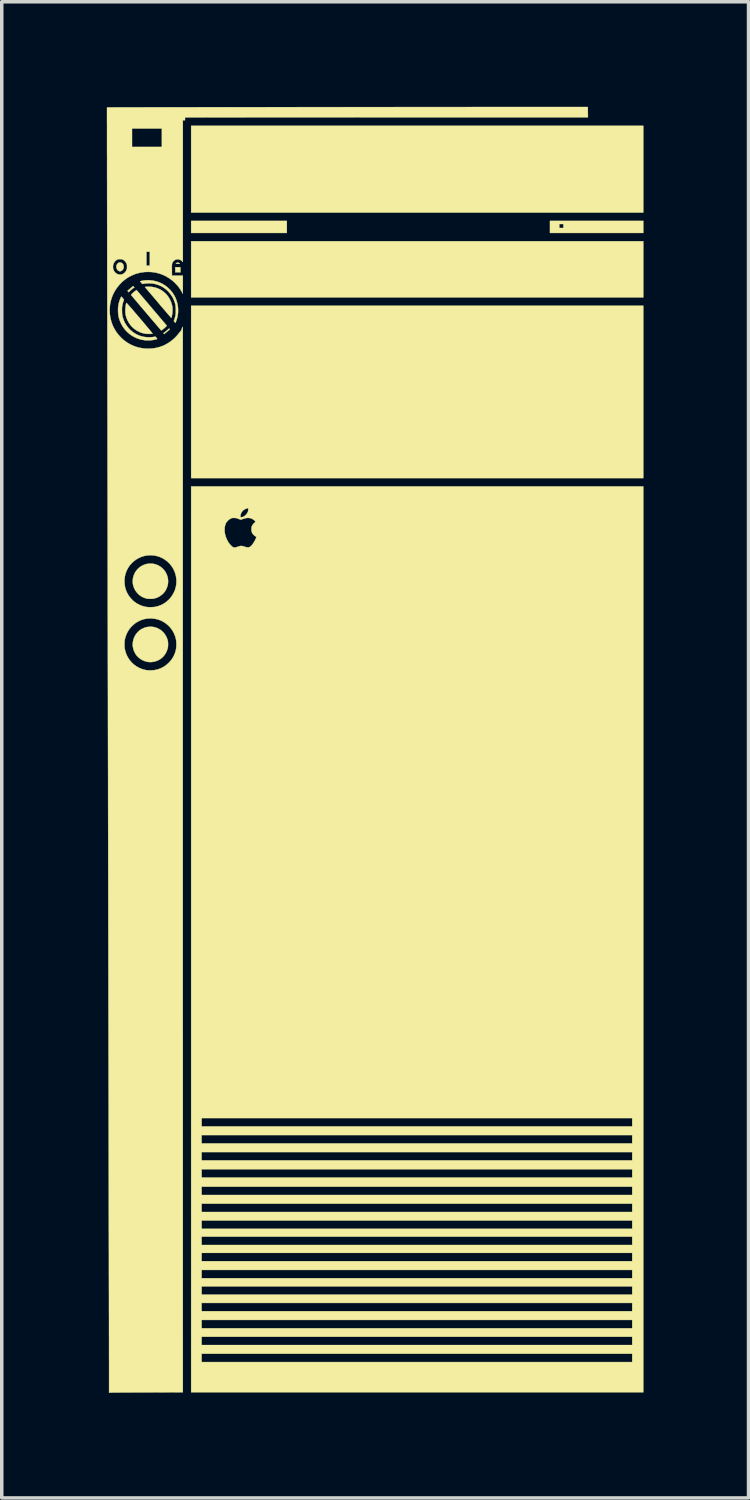
<source format=kicad_pcb>
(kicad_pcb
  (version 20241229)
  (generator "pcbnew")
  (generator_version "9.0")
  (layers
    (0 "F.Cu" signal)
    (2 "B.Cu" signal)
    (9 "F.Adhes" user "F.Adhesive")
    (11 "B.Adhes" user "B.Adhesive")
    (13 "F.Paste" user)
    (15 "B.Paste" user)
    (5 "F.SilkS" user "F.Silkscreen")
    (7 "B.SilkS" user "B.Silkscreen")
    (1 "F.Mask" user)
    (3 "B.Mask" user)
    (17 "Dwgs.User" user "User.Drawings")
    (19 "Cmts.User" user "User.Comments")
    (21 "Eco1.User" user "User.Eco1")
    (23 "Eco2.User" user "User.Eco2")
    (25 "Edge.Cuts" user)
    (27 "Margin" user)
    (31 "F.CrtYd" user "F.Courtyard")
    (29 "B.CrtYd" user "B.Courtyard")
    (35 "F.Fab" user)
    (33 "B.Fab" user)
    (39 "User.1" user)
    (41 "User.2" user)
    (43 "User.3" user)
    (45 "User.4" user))
  (footprint "4500"
    (layer "F.Cu")
    (at 7.656 18.355)
    (property "Reference" "4500" (at 0 0 0) (layer "F.SilkS") (effects (font (size 1.524 1.524) (thickness 0.3))))
    (attr through_hole)
    (fp_poly (pts (xy -2.517 -14.755) (xy -5.249 -14.755) (xy -5.249 -15.099) (xy -2.517 -15.099) (xy -2.517 -14.755)) (stroke (width 0.01) (type solid)) (fill yes) (layer "F.SilkS"))
    (fp_poly (pts (xy 7.66 -15.336) (xy -5.249 -15.336) (xy -5.249 -17.814) (xy 7.66 -17.814) (xy 7.66 -15.336)) (stroke (width 0.01) (type solid)) (fill yes) (layer "F.SilkS"))
    (fp_poly (pts (xy 7.66 -12.914) (xy -5.249 -12.914) (xy -5.249 -14.518) (xy 7.66 -14.518) (xy 7.66 -12.914)) (stroke (width 0.01) (type solid)) (fill yes) (layer "F.SilkS"))
    (fp_poly (pts (xy 7.66 -7.755) (xy -5.249 -7.755) (xy -5.249 -12.677) (xy 7.66 -12.677) (xy 7.66 -7.755)) (stroke (width 0.01) (type solid)) (fill yes) (layer "F.SilkS"))
    (fp_poly (pts (xy -5.629 -13.777) (xy -5.557 -13.775) (xy -5.555 -13.703) (xy -5.554 -13.631) (xy -5.701 -13.631) (xy -5.701 -13.778) (xy -5.629 -13.777)) (stroke (width 0.01) (type solid)) (fill yes) (layer "F.SilkS"))
    (fp_poly (pts (xy 7.66 -14.755) (xy 4.995 -14.755) (xy 4.995 -15.009) (xy 5.261 -15.009) (xy 5.261 -14.896) (xy 5.379 -14.896) (xy 5.379 -15.009) (xy 5.261 -15.009) (xy 4.995 -15.009) (xy 4.995 -15.099) (xy 7.66 -15.099) (xy 7.66 -14.755)) (stroke (width 0.01) (type solid)) (fill yes) (layer "F.SilkS"))
    (fp_poly (pts (xy -5.613 -13.903) (xy -5.59 -13.894) (xy -5.58 -13.885) (xy -5.575 -13.88) (xy -5.575 -13.877) (xy -5.58 -13.875) (xy -5.591 -13.874) (xy -5.611 -13.874) (xy -5.63 -13.874) (xy -5.657 -13.874) (xy -5.674 -13.875) (xy -5.683 -13.876) (xy -5.686 -13.878) (xy -5.684 -13.882) (xy -5.681 -13.885) (xy -5.662 -13.899) (xy -5.638 -13.905) (xy -5.613 -13.903)) (stroke (width 0.01) (type solid)) (fill yes) (layer "F.SilkS"))
    (fp_poly (pts (xy -6.899 -13.232) (xy -6.889 -13.221) (xy -6.885 -13.217) (xy -6.869 -13.198) (xy -6.89 -13.185) (xy -6.912 -13.17) (xy -6.938 -13.149) (xy -6.966 -13.126) (xy -6.992 -13.102) (xy -7.006 -13.088) (xy -7.032 -13.061) (xy -7.049 -13.082) (xy -7.066 -13.102) (xy -6.987 -13.169) (xy -6.962 -13.19) (xy -6.94 -13.209) (xy -6.922 -13.223) (xy -6.91 -13.233) (xy -6.905 -13.236) (xy -6.899 -13.232)) (stroke (width 0.01) (type solid)) (fill yes) (layer "F.SilkS"))
    (fp_poly (pts (xy -7.241 -13.904) (xy -7.215 -13.888) (xy -7.194 -13.863) (xy -7.189 -13.854) (xy -7.179 -13.827) (xy -7.175 -13.795) (xy -7.176 -13.762) (xy -7.182 -13.737) (xy -7.195 -13.713) (xy -7.215 -13.69) (xy -7.238 -13.673) (xy -7.253 -13.666) (xy -7.272 -13.661) (xy -7.289 -13.661) (xy -7.305 -13.665) (xy -7.332 -13.679) (xy -7.355 -13.702) (xy -7.373 -13.731) (xy -7.382 -13.764) (xy -7.384 -13.789) (xy -7.38 -13.825) (xy -7.367 -13.857) (xy -7.349 -13.881) (xy -7.325 -13.901) (xy -7.298 -13.911) (xy -7.269 -13.912) (xy -7.241 -13.904)) (stroke (width 0.01) (type solid)) (fill yes) (layer "F.SilkS"))
    (fp_poly (pts (xy -5.874 -12.023) (xy -5.869 -12.018) (xy -5.868 -12.017) (xy -5.86 -12.008) (xy -5.861 -12.002) (xy -5.865 -11.998) (xy -5.874 -11.989) (xy -5.89 -11.976) (xy -5.909 -11.959) (xy -5.931 -11.941) (xy -5.953 -11.922) (xy -5.975 -11.904) (xy -5.994 -11.889) (xy -6.008 -11.877) (xy -6.016 -11.871) (xy -6.018 -11.87) (xy -6.023 -11.874) (xy -6.031 -11.882) (xy -6.038 -11.89) (xy -6.039 -11.895) (xy -6.01 -11.916) (xy -5.978 -11.941) (xy -5.947 -11.966) (xy -5.921 -11.988) (xy -5.915 -11.994) (xy -5.898 -12.01) (xy -5.887 -12.02) (xy -5.879 -12.023) (xy -5.874 -12.023)) (stroke (width 0.01) (type solid)) (fill yes) (layer "F.SilkS"))
    (fp_poly (pts (xy -6.371 -13.215) (xy -6.288 -13.2) (xy -6.209 -13.175) (xy -6.134 -13.141) (xy -6.065 -13.097) (xy -6.001 -13.046) (xy -5.944 -12.988) (xy -5.894 -12.922) (xy -5.852 -12.85) (xy -5.819 -12.773) (xy -5.795 -12.69) (xy -5.788 -12.652) (xy -5.782 -12.595) (xy -5.781 -12.532) (xy -5.785 -12.47) (xy -5.794 -12.411) (xy -5.799 -12.387) (xy -5.805 -12.364) (xy -5.811 -12.345) (xy -5.815 -12.332) (xy -5.816 -12.329) (xy -5.82 -12.333) (xy -5.83 -12.345) (xy -5.847 -12.364) (xy -5.87 -12.391) (xy -5.899 -12.423) (xy -5.932 -12.462) (xy -5.969 -12.506) (xy -6.01 -12.554) (xy -6.055 -12.606) (xy -6.103 -12.662) (xy -6.153 -12.721) (xy -6.193 -12.769) (xy -6.569 -13.211) (xy -6.551 -13.215) (xy -6.539 -13.217) (xy -6.518 -13.218) (xy -6.492 -13.22) (xy -6.462 -13.22) (xy -6.457 -13.22) (xy -6.371 -13.215)) (stroke (width 0.01) (type solid)) (fill yes) (layer "F.SilkS"))
    (fp_poly (pts (xy -6.318 -5.307) (xy -6.248 -5.288) (xy -6.189 -5.264) (xy -6.126 -5.227) (xy -6.07 -5.182) (xy -6.021 -5.13) (xy -5.98 -5.072) (xy -5.948 -5.009) (xy -5.924 -4.943) (xy -5.91 -4.873) (xy -5.906 -4.802) (xy -5.912 -4.731) (xy -5.922 -4.686) (xy -5.934 -4.649) (xy -5.95 -4.608) (xy -5.968 -4.569) (xy -5.988 -4.534) (xy -5.994 -4.524) (xy -6.039 -4.469) (xy -6.092 -4.42) (xy -6.152 -4.378) (xy -6.217 -4.345) (xy -6.286 -4.322) (xy -6.312 -4.316) (xy -6.349 -4.31) (xy -6.393 -4.308) (xy -6.439 -4.308) (xy -6.482 -4.311) (xy -6.517 -4.316) (xy -6.587 -4.337) (xy -6.654 -4.367) (xy -6.715 -4.407) (xy -6.769 -4.455) (xy -6.816 -4.51) (xy -6.856 -4.571) (xy -6.886 -4.638) (xy -6.907 -4.71) (xy -6.914 -4.754) (xy -6.916 -4.804) (xy -6.914 -4.856) (xy -6.908 -4.904) (xy -6.904 -4.924) (xy -6.881 -4.995) (xy -6.85 -5.061) (xy -6.81 -5.12) (xy -6.764 -5.172) (xy -6.711 -5.216) (xy -6.654 -5.253) (xy -6.592 -5.282) (xy -6.526 -5.302) (xy -6.458 -5.313) (xy -6.389 -5.315) (xy -6.318 -5.307)) (stroke (width 0.01) (type solid)) (fill yes) (layer "F.SilkS"))
    (fp_poly (pts (xy -6.307 -3.502) (xy -6.236 -3.481) (xy -6.198 -3.465) (xy -6.133 -3.429) (xy -6.074 -3.383) (xy -6.023 -3.33) (xy -5.98 -3.27) (xy -5.945 -3.203) (xy -5.92 -3.13) (xy -5.917 -3.118) (xy -5.911 -3.083) (xy -5.908 -3.04) (xy -5.908 -2.995) (xy -5.91 -2.95) (xy -5.915 -2.91) (xy -5.92 -2.889) (xy -5.946 -2.815) (xy -5.98 -2.747) (xy -6.024 -2.685) (xy -6.076 -2.63) (xy -6.136 -2.584) (xy -6.138 -2.583) (xy -6.194 -2.552) (xy -6.256 -2.528) (xy -6.322 -2.511) (xy -6.39 -2.503) (xy -6.455 -2.504) (xy -6.479 -2.506) (xy -6.549 -2.522) (xy -6.617 -2.547) (xy -6.682 -2.582) (xy -6.741 -2.626) (xy -6.793 -2.676) (xy -6.83 -2.724) (xy -6.846 -2.751) (xy -6.863 -2.784) (xy -6.88 -2.821) (xy -6.893 -2.856) (xy -6.9 -2.878) (xy -6.914 -2.949) (xy -6.917 -3.021) (xy -6.909 -3.093) (xy -6.892 -3.163) (xy -6.865 -3.229) (xy -6.829 -3.292) (xy -6.784 -3.349) (xy -6.731 -3.399) (xy -6.722 -3.407) (xy -6.66 -3.448) (xy -6.593 -3.479) (xy -6.524 -3.501) (xy -6.452 -3.511) (xy -6.379 -3.512) (xy -6.307 -3.502)) (stroke (width 0.01) (type solid)) (fill yes) (layer "F.SilkS"))
    (fp_poly (pts (xy -7.091 -12.755) (xy -7.08 -12.743) (xy -7.063 -12.724) (xy -7.04 -12.698) (xy -7.011 -12.666) (xy -6.978 -12.627) (xy -6.94 -12.584) (xy -6.899 -12.536) (xy -6.854 -12.483) (xy -6.806 -12.428) (xy -6.756 -12.369) (xy -6.718 -12.324) (xy -6.666 -12.263) (xy -6.617 -12.205) (xy -6.57 -12.149) (xy -6.527 -12.097) (xy -6.487 -12.05) (xy -6.451 -12.007) (xy -6.42 -11.969) (xy -6.394 -11.937) (xy -6.374 -11.912) (xy -6.359 -11.893) (xy -6.351 -11.882) (xy -6.35 -11.88) (xy -6.358 -11.877) (xy -6.375 -11.875) (xy -6.4 -11.873) (xy -6.429 -11.873) (xy -6.46 -11.873) (xy -6.492 -11.873) (xy -6.521 -11.875) (xy -6.547 -11.877) (xy -6.56 -11.879) (xy -6.644 -11.898) (xy -6.724 -11.927) (xy -6.8 -11.966) (xy -6.869 -12.013) (xy -6.932 -12.069) (xy -6.988 -12.132) (xy -7.035 -12.202) (xy -7.074 -12.277) (xy -7.095 -12.332) (xy -7.11 -12.381) (xy -7.12 -12.425) (xy -7.126 -12.47) (xy -7.128 -12.519) (xy -7.127 -12.57) (xy -7.125 -12.609) (xy -7.121 -12.648) (xy -7.117 -12.683) (xy -7.111 -12.714) (xy -7.105 -12.739) (xy -7.098 -12.755) (xy -7.095 -12.758) (xy -7.091 -12.755)) (stroke (width 0.01) (type solid)) (fill yes) (layer "F.SilkS"))
    (fp_poly (pts (xy -6.76 -13.068) (xy -6.75 -13.056) (xy -6.733 -13.037) (xy -6.71 -13.009) (xy -6.681 -12.976) (xy -6.647 -12.936) (xy -6.609 -12.891) (xy -6.567 -12.841) (xy -6.521 -12.787) (xy -6.473 -12.73) (xy -6.422 -12.67) (xy -6.369 -12.608) (xy -6.328 -12.559) (xy -5.943 -12.106) (xy -5.976 -12.072) (xy -5.991 -12.057) (xy -6.011 -12.039) (xy -6.033 -12.021) (xy -6.055 -12.004) (xy -6.074 -11.989) (xy -6.09 -11.978) (xy -6.1 -11.972) (xy -6.102 -11.972) (xy -6.106 -11.976) (xy -6.117 -11.988) (xy -6.134 -12.008) (xy -6.158 -12.035) (xy -6.187 -12.068) (xy -6.22 -12.108) (xy -6.259 -12.152) (xy -6.301 -12.202) (xy -6.347 -12.256) (xy -6.397 -12.314) (xy -6.448 -12.375) (xy -6.503 -12.438) (xy -6.533 -12.475) (xy -6.589 -12.54) (xy -6.642 -12.603) (xy -6.693 -12.662) (xy -6.74 -12.719) (xy -6.785 -12.772) (xy -6.825 -12.82) (xy -6.862 -12.863) (xy -6.893 -12.9) (xy -6.919 -12.931) (xy -6.94 -12.956) (xy -6.954 -12.973) (xy -6.962 -12.983) (xy -6.963 -12.984) (xy -6.96 -12.991) (xy -6.95 -13.004) (xy -6.935 -13.02) (xy -6.916 -13.039) (xy -6.895 -13.058) (xy -6.873 -13.077) (xy -6.852 -13.093) (xy -6.842 -13.1) (xy -6.808 -13.123) (xy -6.76 -13.068)) (stroke (width 0.01) (type solid)) (fill yes) (layer "F.SilkS"))
    (fp_poly (pts (xy -6.446 -13.404) (xy -6.348 -13.395) (xy -6.254 -13.375) (xy -6.163 -13.345) (xy -6.076 -13.305) (xy -5.994 -13.256) (xy -5.918 -13.198) (xy -5.849 -13.13) (xy -5.786 -13.055) (xy -5.758 -13.013) (xy -5.71 -12.931) (xy -5.673 -12.844) (xy -5.646 -12.754) (xy -5.628 -12.661) (xy -5.621 -12.566) (xy -5.623 -12.472) (xy -5.636 -12.378) (xy -5.659 -12.287) (xy -5.688 -12.21) (xy -5.698 -12.185) (xy -5.721 -12.212) (xy -5.744 -12.239) (xy -5.725 -12.293) (xy -5.712 -12.335) (xy -5.702 -12.373) (xy -5.695 -12.408) (xy -5.69 -12.445) (xy -5.688 -12.487) (xy -5.687 -12.535) (xy -5.687 -12.548) (xy -5.687 -12.599) (xy -5.69 -12.641) (xy -5.694 -12.679) (xy -5.7 -12.714) (xy -5.71 -12.751) (xy -5.722 -12.79) (xy -5.755 -12.873) (xy -5.798 -12.952) (xy -5.851 -13.025) (xy -5.911 -13.093) (xy -5.978 -13.153) (xy -6.051 -13.204) (xy -6.095 -13.23) (xy -6.157 -13.258) (xy -6.223 -13.282) (xy -6.289 -13.301) (xy -6.322 -13.307) (xy -6.364 -13.313) (xy -6.413 -13.316) (xy -6.464 -13.317) (xy -6.515 -13.315) (xy -6.561 -13.311) (xy -6.59 -13.307) (xy -6.641 -13.297) (xy -6.673 -13.333) (xy -6.688 -13.35) (xy -6.699 -13.363) (xy -6.705 -13.371) (xy -6.705 -13.373) (xy -6.7 -13.376) (xy -6.687 -13.38) (xy -6.669 -13.385) (xy -6.668 -13.385) (xy -6.602 -13.397) (xy -6.536 -13.404) (xy -6.465 -13.405) (xy -6.446 -13.404)) (stroke (width 0.01) (type solid)) (fill yes) (layer "F.SilkS"))
    (fp_poly (pts (xy -7.237 -12.933) (xy -7.226 -12.922) (xy -7.212 -12.906) (xy -7.202 -12.894) (xy -7.167 -12.852) (xy -7.188 -12.791) (xy -7.203 -12.74) (xy -7.214 -12.691) (xy -7.221 -12.641) (xy -7.224 -12.587) (xy -7.224 -12.527) (xy -7.223 -12.517) (xy -7.222 -12.476) (xy -7.22 -12.444) (xy -7.217 -12.417) (xy -7.212 -12.391) (xy -7.206 -12.366) (xy -7.206 -12.362) (xy -7.178 -12.273) (xy -7.14 -12.189) (xy -7.092 -12.111) (xy -7.037 -12.039) (xy -6.973 -11.974) (xy -6.902 -11.916) (xy -6.824 -11.867) (xy -6.74 -11.828) (xy -6.724 -11.822) (xy -6.654 -11.8) (xy -6.579 -11.785) (xy -6.5 -11.777) (xy -6.422 -11.776) (xy -6.347 -11.782) (xy -6.346 -11.782) (xy -6.32 -11.786) (xy -6.297 -11.79) (xy -6.282 -11.793) (xy -6.275 -11.794) (xy -6.269 -11.791) (xy -6.259 -11.782) (xy -6.246 -11.769) (xy -6.234 -11.754) (xy -6.224 -11.741) (xy -6.219 -11.731) (xy -6.219 -11.727) (xy -6.228 -11.724) (xy -6.245 -11.719) (xy -6.268 -11.713) (xy -6.294 -11.707) (xy -6.32 -11.702) (xy -6.344 -11.698) (xy -6.353 -11.696) (xy -6.395 -11.691) (xy -6.442 -11.688) (xy -6.489 -11.687) (xy -6.532 -11.688) (xy -6.557 -11.69) (xy -6.656 -11.705) (xy -6.751 -11.731) (xy -6.84 -11.767) (xy -6.925 -11.812) (xy -7.003 -11.865) (xy -7.075 -11.927) (xy -7.14 -11.997) (xy -7.197 -12.074) (xy -7.246 -12.159) (xy -7.285 -12.249) (xy -7.292 -12.267) (xy -7.311 -12.327) (xy -7.324 -12.387) (xy -7.332 -12.451) (xy -7.336 -12.514) (xy -7.336 -12.6) (xy -7.328 -12.681) (xy -7.312 -12.759) (xy -7.288 -12.837) (xy -7.26 -12.905) (xy -7.252 -12.921) (xy -7.245 -12.933) (xy -7.242 -12.937) (xy -7.237 -12.933)) (stroke (width 0.01) (type solid)) (fill yes) (layer "F.SilkS"))
    (fp_poly (pts (xy 7.66 18.344) (xy -5.249 18.344) (xy -5.249 17.244) (xy -4.95 17.244) (xy -4.95 17.481) (xy 7.343 17.481) (xy 7.343 17.244) (xy -4.95 17.244) (xy -5.249 17.244) (xy -5.249 16.758) (xy -4.95 16.758) (xy -4.95 16.995) (xy 7.343 16.995) (xy 7.343 16.758) (xy -4.95 16.758) (xy -5.249 16.758) (xy -5.249 16.279) (xy -4.95 16.279) (xy -4.95 16.516) (xy 7.343 16.516) (xy 7.343 16.279) (xy -4.95 16.279) (xy -5.249 16.279) (xy -5.249 15.793) (xy -4.95 15.793) (xy -4.95 16.03) (xy 7.343 16.03) (xy 7.343 15.793) (xy -4.95 15.793) (xy -5.249 15.793) (xy -5.249 15.319) (xy -4.95 15.319) (xy -4.95 15.556) (xy 7.343 15.556) (xy 7.343 15.319) (xy -4.95 15.319) (xy -5.249 15.319) (xy -5.249 14.851) (xy -4.95 14.851) (xy -4.95 15.088) (xy 7.343 15.088) (xy 7.343 14.851) (xy -4.95 14.851) (xy -5.249 14.851) (xy -5.249 14.365) (xy -4.95 14.365) (xy -4.95 14.602) (xy 7.343 14.602) (xy 7.343 14.365) (xy -4.95 14.365) (xy -5.249 14.365) (xy -5.249 13.902) (xy -4.95 13.902) (xy -4.95 14.139) (xy 7.343 14.139) (xy 7.343 13.902) (xy -4.95 13.902) (xy -5.249 13.902) (xy -5.249 13.439) (xy -4.95 13.439) (xy -4.95 13.676) (xy 7.343 13.676) (xy 7.343 13.439) (xy -4.95 13.439) (xy -5.249 13.439) (xy -5.249 12.96) (xy -4.95 12.96) (xy -4.95 13.197) (xy 7.343 13.197) (xy 7.343 12.96) (xy -4.95 12.96) (xy -5.249 12.96) (xy -5.249 12.474) (xy -4.95 12.474) (xy -4.95 12.711) (xy 7.343 12.711) (xy 7.343 12.474) (xy -4.95 12.474) (xy -5.249 12.474) (xy -5.249 11.978) (xy -4.95 11.978) (xy -4.95 12.215) (xy 7.343 12.215) (xy 7.343 11.978) (xy -4.95 11.978) (xy -5.249 11.978) (xy -5.249 11.486) (xy -4.95 11.486) (xy -4.95 11.724) (xy 7.343 11.724) (xy 7.343 11.486) (xy -4.95 11.486) (xy -5.249 11.486) (xy -5.249 11.001) (xy -4.95 11.001) (xy -4.95 11.238) (xy 7.343 11.238) (xy 7.343 11.001) (xy -4.95 11.001) (xy -5.249 11.001) (xy -5.249 10.516) (xy -4.95 10.516) (xy -4.95 10.753) (xy 7.343 10.753) (xy 7.343 10.516) (xy -4.95 10.516) (xy -5.249 10.516) (xy -5.249 -6.287) (xy -4.295 -6.287) (xy -4.292 -6.219) (xy -4.28 -6.149) (xy -4.26 -6.079) (xy -4.232 -6.009) (xy -4.197 -5.942) (xy -4.175 -5.907) (xy -4.158 -5.884) (xy -4.137 -5.86) (xy -4.114 -5.835) (xy -4.091 -5.813) (xy -4.07 -5.795) (xy -4.054 -5.784) (xy -4.053 -5.784) (xy -4.025 -5.776) (xy -3.993 -5.775) (xy -3.956 -5.783) (xy -3.921 -5.795) (xy -3.877 -5.81) (xy -3.838 -5.818) (xy -3.803 -5.818) (xy -3.767 -5.812) (xy -3.748 -5.805) (xy -3.703 -5.791) (xy -3.667 -5.781) (xy -3.637 -5.777) (xy -3.611 -5.778) (xy -3.588 -5.785) (xy -3.566 -5.796) (xy -3.566 -5.796) (xy -3.539 -5.818) (xy -3.51 -5.849) (xy -3.481 -5.888) (xy -3.452 -5.934) (xy -3.424 -5.984) (xy -3.418 -5.997) (xy -3.404 -6.027) (xy -3.394 -6.049) (xy -3.39 -6.063) (xy -3.389 -6.074) (xy -3.394 -6.081) (xy -3.402 -6.086) (xy -3.408 -6.09) (xy -3.442 -6.112) (xy -3.473 -6.142) (xy -3.499 -6.177) (xy -3.506 -6.19) (xy -3.516 -6.211) (xy -3.522 -6.23) (xy -3.525 -6.251) (xy -3.527 -6.278) (xy -3.527 -6.306) (xy -3.526 -6.334) (xy -3.523 -6.356) (xy -3.523 -6.359) (xy -3.511 -6.392) (xy -3.491 -6.426) (xy -3.466 -6.457) (xy -3.441 -6.481) (xy -3.425 -6.494) (xy -3.416 -6.504) (xy -3.416 -6.514) (xy -3.423 -6.526) (xy -3.438 -6.542) (xy -3.447 -6.551) (xy -3.485 -6.58) (xy -3.53 -6.602) (xy -3.578 -6.616) (xy -3.629 -6.62) (xy -3.669 -6.616) (xy -3.692 -6.612) (xy -3.721 -6.604) (xy -3.752 -6.595) (xy -3.771 -6.589) (xy -3.832 -6.568) (xy -3.865 -6.58) (xy -3.889 -6.589) (xy -3.917 -6.599) (xy -3.931 -6.605) (xy -3.95 -6.611) (xy -3.969 -6.615) (xy -3.992 -6.617) (xy -4.022 -6.618) (xy -4.025 -6.618) (xy -4.052 -6.618) (xy -4.072 -6.617) (xy -4.087 -6.614) (xy -4.101 -6.609) (xy -4.119 -6.601) (xy -4.123 -6.599) (xy -4.16 -6.576) (xy -4.196 -6.546) (xy -4.228 -6.511) (xy -4.253 -6.475) (xy -4.256 -6.469) (xy -4.277 -6.414) (xy -4.291 -6.353) (xy -4.295 -6.287) (xy -5.249 -6.287) (xy -5.249 -6.652) (xy -3.843 -6.652) (xy -3.839 -6.643) (xy -3.829 -6.639) (xy -3.812 -6.639) (xy -3.808 -6.639) (xy -3.785 -6.644) (xy -3.76 -6.652) (xy -3.749 -6.657) (xy -3.719 -6.677) (xy -3.689 -6.704) (xy -3.662 -6.736) (xy -3.641 -6.769) (xy -3.63 -6.79) (xy -3.624 -6.809) (xy -3.621 -6.83) (xy -3.619 -6.851) (xy -3.618 -6.875) (xy -3.62 -6.89) (xy -3.625 -6.897) (xy -3.637 -6.897) (xy -3.657 -6.891) (xy -3.671 -6.887) (xy -3.721 -6.864) (xy -3.763 -6.834) (xy -3.797 -6.797) (xy -3.822 -6.754) (xy -3.838 -6.704) (xy -3.839 -6.696) (xy -3.843 -6.67) (xy -3.843 -6.652) (xy -5.249 -6.652) (xy -5.249 -7.518) (xy 7.66 -7.518) (xy 7.66 18.344)) (stroke (width 0.01) (type solid)) (fill yes) (layer "F.SilkS"))
    (fp_poly (pts (xy 6.079 -18.057) (xy 0.366 -18.057) (xy 0.112 -18.057) (xy -0.14 -18.057) (xy -0.388 -18.057) (xy -0.633 -18.056) (xy -0.875 -18.056) (xy -1.113 -18.056) (xy -1.348 -18.056) (xy -1.578 -18.056) (xy -1.804 -18.056) (xy -2.025 -18.056) (xy -2.241 -18.056) (xy -2.453 -18.056) (xy -2.659 -18.056) (xy -2.859 -18.056) (xy -3.054 -18.056) (xy -3.242 -18.056) (xy -3.425 -18.056) (xy -3.601 -18.056) (xy -3.77 -18.055) (xy -3.932 -18.055) (xy -4.087 -18.055) (xy -4.234 -18.055) (xy -4.374 -18.055) (xy -4.506 -18.055) (xy -4.629 -18.055) (xy -4.744 -18.055) (xy -4.851 -18.054) (xy -4.948 -18.054) (xy -5.037 -18.054) (xy -5.116 -18.054) (xy -5.185 -18.054) (xy -5.245 -18.054) (xy -5.294 -18.054) (xy -5.333 -18.053) (xy -5.362 -18.053) (xy -5.38 -18.053) (xy -5.386 -18.053) (xy -5.424 -18.049) (xy -5.424 -17.972) (xy -5.486 -17.972) (xy -5.486 -13.925) (xy -5.507 -13.948) (xy -5.539 -13.975) (xy -5.577 -13.993) (xy -5.617 -14.002) (xy -5.66 -14.001) (xy -5.68 -13.996) (xy -5.711 -13.982) (xy -5.741 -13.96) (xy -5.767 -13.933) (xy -5.785 -13.903) (xy -5.785 -13.902) (xy -5.789 -13.893) (xy -5.792 -13.883) (xy -5.795 -13.873) (xy -5.796 -13.861) (xy -5.798 -13.844) (xy -5.798 -13.823) (xy -5.799 -13.796) (xy -5.799 -13.761) (xy -5.798 -13.717) (xy -5.798 -13.678) (xy -5.797 -13.535) (xy -5.486 -13.535) (xy -5.486 -13.277) (xy -5.487 -13.019) (xy -5.511 -13.065) (xy -5.567 -13.158) (xy -5.632 -13.244) (xy -5.706 -13.324) (xy -5.786 -13.396) (xy -5.873 -13.46) (xy -5.965 -13.516) (xy -6.063 -13.562) (xy -6.164 -13.598) (xy -6.251 -13.62) (xy -6.357 -13.637) (xy -6.466 -13.643) (xy -6.576 -13.639) (xy -6.685 -13.624) (xy -6.792 -13.599) (xy -6.827 -13.588) (xy -6.854 -13.578) (xy -6.889 -13.564) (xy -6.927 -13.547) (xy -6.966 -13.529) (xy -7.003 -13.51) (xy -7.035 -13.493) (xy -7.047 -13.486) (xy -7.135 -13.427) (xy -7.217 -13.359) (xy -7.292 -13.282) (xy -7.36 -13.199) (xy -7.42 -13.11) (xy -7.471 -13.016) (xy -7.512 -12.918) (xy -7.518 -12.899) (xy -7.542 -12.818) (xy -7.559 -12.741) (xy -7.57 -12.662) (xy -7.575 -12.579) (xy -7.575 -12.547) (xy -7.57 -12.434) (xy -7.554 -12.325) (xy -7.527 -12.22) (xy -7.49 -12.119) (xy -7.45 -12.034) (xy -7.392 -11.938) (xy -7.327 -11.85) (xy -7.254 -11.77) (xy -7.175 -11.697) (xy -7.089 -11.634) (xy -6.998 -11.579) (xy -6.902 -11.534) (xy -6.802 -11.498) (xy -6.698 -11.472) (xy -6.591 -11.455) (xy -6.482 -11.45) (xy -6.37 -11.455) (xy -6.313 -11.462) (xy -6.272 -11.469) (xy -6.227 -11.478) (xy -6.181 -11.49) (xy -6.137 -11.503) (xy -6.1 -11.515) (xy -6.093 -11.518) (xy -6.074 -11.526) (xy -6.058 -11.531) (xy -6.05 -11.534) (xy -6.039 -11.538) (xy -6.034 -11.54) (xy -6.025 -11.545) (xy -6.009 -11.553) (xy -5.989 -11.564) (xy -5.977 -11.57) (xy -5.882 -11.625) (xy -5.793 -11.69) (xy -5.71 -11.764) (xy -5.634 -11.846) (xy -5.599 -11.89) (xy -5.582 -11.913) (xy -5.565 -11.933) (xy -5.551 -11.95) (xy -5.543 -11.957) (xy -5.533 -11.97) (xy -5.528 -11.98) (xy -5.528 -11.983) (xy -5.527 -11.992) (xy -5.521 -12.007) (xy -5.512 -12.027) (xy -5.509 -12.034) (xy -5.487 -12.076) (xy -5.487 3.133) (xy -5.486 18.343) (xy -6.428 18.347) (xy -6.532 18.347) (xy -6.634 18.347) (xy -6.734 18.348) (xy -6.83 18.348) (xy -6.923 18.349) (xy -7.011 18.349) (xy -7.093 18.35) (xy -7.17 18.35) (xy -7.24 18.35) (xy -7.303 18.351) (xy -7.358 18.351) (xy -7.404 18.352) (xy -7.44 18.352) (xy -7.467 18.352) (xy -7.48 18.352) (xy -7.592 18.355) (xy -7.592 17.88) (xy -7.592 17.862) (xy -7.592 17.833) (xy -7.592 17.794) (xy -7.592 17.743) (xy -7.592 17.681) (xy -7.592 17.609) (xy -7.592 17.527) (xy -7.592 17.434) (xy -7.593 17.331) (xy -7.593 17.218) (xy -7.593 17.095) (xy -7.593 16.963) (xy -7.593 16.82) (xy -7.594 16.669) (xy -7.594 16.508) (xy -7.594 16.337) (xy -7.594 16.158) (xy -7.595 15.97) (xy -7.595 15.773) (xy -7.595 15.567) (xy -7.596 15.353) (xy -7.596 15.13) (xy -7.597 14.899) (xy -7.597 14.66) (xy -7.597 14.414) (xy -7.598 14.159) (xy -7.598 13.897) (xy -7.599 13.627) (xy -7.599 13.349) (xy -7.6 13.065) (xy -7.6 12.773) (xy -7.601 12.475) (xy -7.601 12.169) (xy -7.602 11.857) (xy -7.602 11.538) (xy -7.603 11.213) (xy -7.603 10.882) (xy -7.604 10.544) (xy -7.604 10.201) (xy -7.605 9.851) (xy -7.606 9.496) (xy -7.606 9.136) (xy -7.607 8.769) (xy -7.608 8.398) (xy -7.608 8.021) (xy -7.609 7.64) (xy -7.61 7.253) (xy -7.61 6.862) (xy -7.611 6.466) (xy -7.612 6.065) (xy -7.612 5.661) (xy -7.613 5.252) (xy -7.614 4.839) (xy -7.614 4.422) (xy -7.615 4.001) (xy -7.616 3.577) (xy -7.617 3.149) (xy -7.617 2.718) (xy -7.618 2.283) (xy -7.619 1.846) (xy -7.62 1.406) (xy -7.62 0.962) (xy -7.621 0.516) (xy -7.622 0.068) (xy -7.623 -0.383) (xy -7.623 -0.465) (xy -7.624 -0.915) (xy -7.624 -1.362) (xy -7.625 -1.806) (xy -7.626 -2.248) (xy -7.627 -2.686) (xy -7.627 -2.991) (xy -7.153 -2.991) (xy -7.151 -2.939) (xy -7.146 -2.893) (xy -7.144 -2.881) (xy -7.123 -2.793) (xy -7.092 -2.709) (xy -7.052 -2.631) (xy -7.003 -2.558) (xy -6.946 -2.492) (xy -6.883 -2.433) (xy -6.812 -2.382) (xy -6.736 -2.339) (xy -6.655 -2.305) (xy -6.57 -2.281) (xy -6.502 -2.269) (xy -6.468 -2.267) (xy -6.426 -2.266) (xy -6.381 -2.267) (xy -6.336 -2.27) (xy -6.295 -2.274) (xy -6.272 -2.278) (xy -6.184 -2.3) (xy -6.102 -2.332) (xy -6.024 -2.374) (xy -5.951 -2.426) (xy -5.887 -2.484) (xy -5.826 -2.552) (xy -5.775 -2.624) (xy -5.734 -2.701) (xy -5.702 -2.784) (xy -5.68 -2.872) (xy -5.675 -2.909) (xy -5.672 -2.954) (xy -5.67 -3.002) (xy -5.671 -3.051) (xy -5.674 -3.097) (xy -5.679 -3.137) (xy -5.68 -3.145) (xy -5.703 -3.235) (xy -5.737 -3.32) (xy -5.78 -3.4) (xy -5.833 -3.474) (xy -5.887 -3.534) (xy -5.956 -3.595) (xy -6.03 -3.646) (xy -6.109 -3.688) (xy -6.192 -3.718) (xy -6.28 -3.739) (xy -6.371 -3.749) (xy -6.409 -3.75) (xy -6.492 -3.746) (xy -6.568 -3.735) (xy -6.641 -3.715) (xy -6.713 -3.687) (xy -6.752 -3.668) (xy -6.83 -3.622) (xy -6.9 -3.567) (xy -6.963 -3.505) (xy -7.019 -3.436) (xy -7.066 -3.36) (xy -7.103 -3.28) (xy -7.131 -3.195) (xy -7.144 -3.138) (xy -7.149 -3.094) (xy -7.152 -3.044) (xy -7.153 -2.991) (xy -7.627 -2.991) (xy -7.627 -3.121) (xy -7.628 -3.553) (xy -7.629 -3.982) (xy -7.63 -4.407) (xy -7.63 -4.812) (xy -7.153 -4.812) (xy -7.148 -4.721) (xy -7.134 -4.635) (xy -7.109 -4.552) (xy -7.074 -4.473) (xy -7.028 -4.396) (xy -7.025 -4.391) (xy -7.005 -4.364) (xy -6.978 -4.332) (xy -6.948 -4.299) (xy -6.917 -4.267) (xy -6.888 -4.24) (xy -6.867 -4.222) (xy -6.794 -4.173) (xy -6.714 -4.132) (xy -6.63 -4.1) (xy -6.543 -4.079) (xy -6.539 -4.078) (xy -6.508 -4.074) (xy -6.47 -4.071) (xy -6.427 -4.07) (xy -6.382 -4.071) (xy -6.34 -4.072) (xy -6.303 -4.076) (xy -6.284 -4.078) (xy -6.196 -4.099) (xy -6.111 -4.13) (xy -6.032 -4.171) (xy -5.958 -4.222) (xy -5.89 -4.281) (xy -5.843 -4.333) (xy -5.789 -4.406) (xy -5.745 -4.484) (xy -5.71 -4.564) (xy -5.686 -4.648) (xy -5.672 -4.732) (xy -5.668 -4.818) (xy -5.674 -4.903) (xy -5.689 -4.987) (xy -5.715 -5.069) (xy -5.75 -5.149) (xy -5.795 -5.225) (xy -5.849 -5.296) (xy -5.871 -5.32) (xy -5.938 -5.382) (xy -6.009 -5.435) (xy -6.084 -5.478) (xy -6.163 -5.511) (xy -6.245 -5.535) (xy -6.328 -5.549) (xy -6.413 -5.554) (xy -6.497 -5.549) (xy -6.58 -5.534) (xy -6.662 -5.51) (xy -6.741 -5.476) (xy -6.817 -5.433) (xy -6.888 -5.38) (xy -6.935 -5.337) (xy -6.997 -5.268) (xy -7.049 -5.194) (xy -7.09 -5.115) (xy -7.121 -5.032) (xy -7.142 -4.945) (xy -7.152 -4.854) (xy -7.153 -4.812) (xy -7.63 -4.812) (xy -7.63 -4.828) (xy -7.631 -5.245) (xy -7.632 -5.658) (xy -7.632 -6.068) (xy -7.633 -6.472) (xy -7.634 -6.873) (xy -7.634 -7.269) (xy -7.635 -7.66) (xy -7.636 -8.047) (xy -7.636 -8.429) (xy -7.637 -8.805) (xy -7.637 -9.177) (xy -7.638 -9.543) (xy -7.639 -9.903) (xy -7.639 -10.258) (xy -7.64 -10.608) (xy -7.64 -10.951) (xy -7.641 -11.288) (xy -7.641 -11.62) (xy -7.642 -11.945) (xy -7.642 -12.263) (xy -7.643 -12.575) (xy -7.643 -12.881) (xy -7.644 -13.179) (xy -7.644 -13.471) (xy -7.645 -13.756) (xy -7.645 -13.798) (xy -7.481 -13.798) (xy -7.479 -13.751) (xy -7.467 -13.704) (xy -7.446 -13.662) (xy -7.419 -13.627) (xy -7.387 -13.599) (xy -7.349 -13.579) (xy -7.309 -13.568) (xy -7.267 -13.565) (xy -7.224 -13.573) (xy -7.199 -13.583) (xy -7.164 -13.605) (xy -7.132 -13.635) (xy -7.106 -13.673) (xy -7.099 -13.687) (xy -7.091 -13.704) (xy -7.086 -13.718) (xy -7.083 -13.733) (xy -7.081 -13.751) (xy -7.081 -13.776) (xy -7.081 -13.789) (xy -7.081 -13.819) (xy -7.082 -13.84) (xy -7.085 -13.856) (xy -7.089 -13.87) (xy -7.095 -13.885) (xy -7.096 -13.887) (xy -7.118 -13.923) (xy -7.148 -13.957) (xy -7.182 -13.984) (xy -7.192 -13.99) (xy -7.207 -13.998) (xy -7.22 -14.003) (xy -7.235 -14.005) (xy -7.254 -14.006) (xy -7.279 -14.007) (xy -7.306 -14.006) (xy -7.325 -14.005) (xy -7.34 -14.002) (xy -7.353 -13.997) (xy -7.363 -13.992) (xy -7.402 -13.965) (xy -7.434 -13.931) (xy -7.458 -13.89) (xy -7.474 -13.845) (xy -7.481 -13.798) (xy -7.645 -13.798) (xy -7.645 -14.033) (xy -7.645 -14.218) (xy -6.525 -14.218) (xy -6.525 -13.823) (xy -6.429 -13.823) (xy -6.429 -14.218) (xy -6.525 -14.218) (xy -7.645 -14.218) (xy -7.646 -14.303) (xy -7.646 -14.566) (xy -7.646 -14.821) (xy -7.647 -15.068) (xy -7.647 -15.307) (xy -7.647 -15.538) (xy -7.648 -15.762) (xy -7.648 -15.976) (xy -7.648 -16.183) (xy -7.649 -16.381) (xy -7.649 -16.57) (xy -7.649 -16.75) (xy -7.649 -16.922) (xy -7.65 -17.084) (xy -7.65 -17.237) (xy -7.65 -17.381) (xy -7.65 -17.515) (xy -7.65 -17.64) (xy -7.65 -17.735) (xy -6.937 -17.735) (xy -6.937 -17.21) (xy -6.085 -17.21) (xy -6.085 -17.735) (xy -6.937 -17.735) (xy -7.65 -17.735) (xy -7.65 -17.755) (xy -7.65 -17.86) (xy -7.651 -17.955) (xy -7.651 -18.04) (xy -7.651 -18.114) (xy -7.651 -18.178) (xy -7.651 -18.232) (xy -7.651 -18.275) (xy -7.651 -18.307) (xy -7.651 -18.328) (xy -7.651 -18.338) (xy -7.651 -18.338) (xy -7.645 -18.339) (xy -7.628 -18.339) (xy -7.6 -18.339) (xy -7.562 -18.339) (xy -7.514 -18.339) (xy -7.455 -18.34) (xy -7.387 -18.34) (xy -7.309 -18.34) (xy -7.222 -18.34) (xy -7.126 -18.34) (xy -7.021 -18.341) (xy -6.907 -18.341) (xy -6.785 -18.341) (xy -6.655 -18.341) (xy -6.518 -18.342) (xy -6.372 -18.342) (xy -6.22 -18.342) (xy -6.06 -18.342) (xy -5.894 -18.342) (xy -5.721 -18.343) (xy -5.541 -18.343) (xy -5.356 -18.343) (xy -5.165 -18.343) (xy -4.968 -18.344) (xy -4.766 -18.344) (xy -4.559 -18.344) (xy -4.347 -18.344) (xy -4.13 -18.345) (xy -3.909 -18.345) (xy -3.684 -18.345) (xy -3.455 -18.345) (xy -3.223 -18.345) (xy -2.987 -18.346) (xy -2.748 -18.346) (xy -2.507 -18.346) (xy -2.262 -18.346) (xy -2.016 -18.347) (xy -1.767 -18.347) (xy -1.517 -18.347) (xy -1.264 -18.347) (xy -1.011 -18.347) (xy -0.756 -18.348) (xy -0.501 -18.348) (xy -0.245 -18.348) (xy 0.011 -18.348) (xy 0.268 -18.348) (xy 0.524 -18.348) (xy 0.78 -18.349) (xy 1.035 -18.349) (xy 1.29 -18.349) (xy 1.543 -18.349) (xy 1.795 -18.349) (xy 2.045 -18.349) (xy 2.293 -18.349) (xy 2.539 -18.349) (xy 2.783 -18.35) (xy 3.024 -18.35) (xy 3.262 -18.35) (xy 3.336 -18.35) (xy 6.076 -18.35) (xy 6.079 -18.057)) (stroke (width 0.01) (type solid)) (fill yes) (layer "F.SilkS")))
  (gr_rect
    (start -3 -3)
    (end 18.32 39.715)
    (stroke (width 0.1) (type default))
    (fill no)
    (layer "Edge.Cuts")))
</source>
